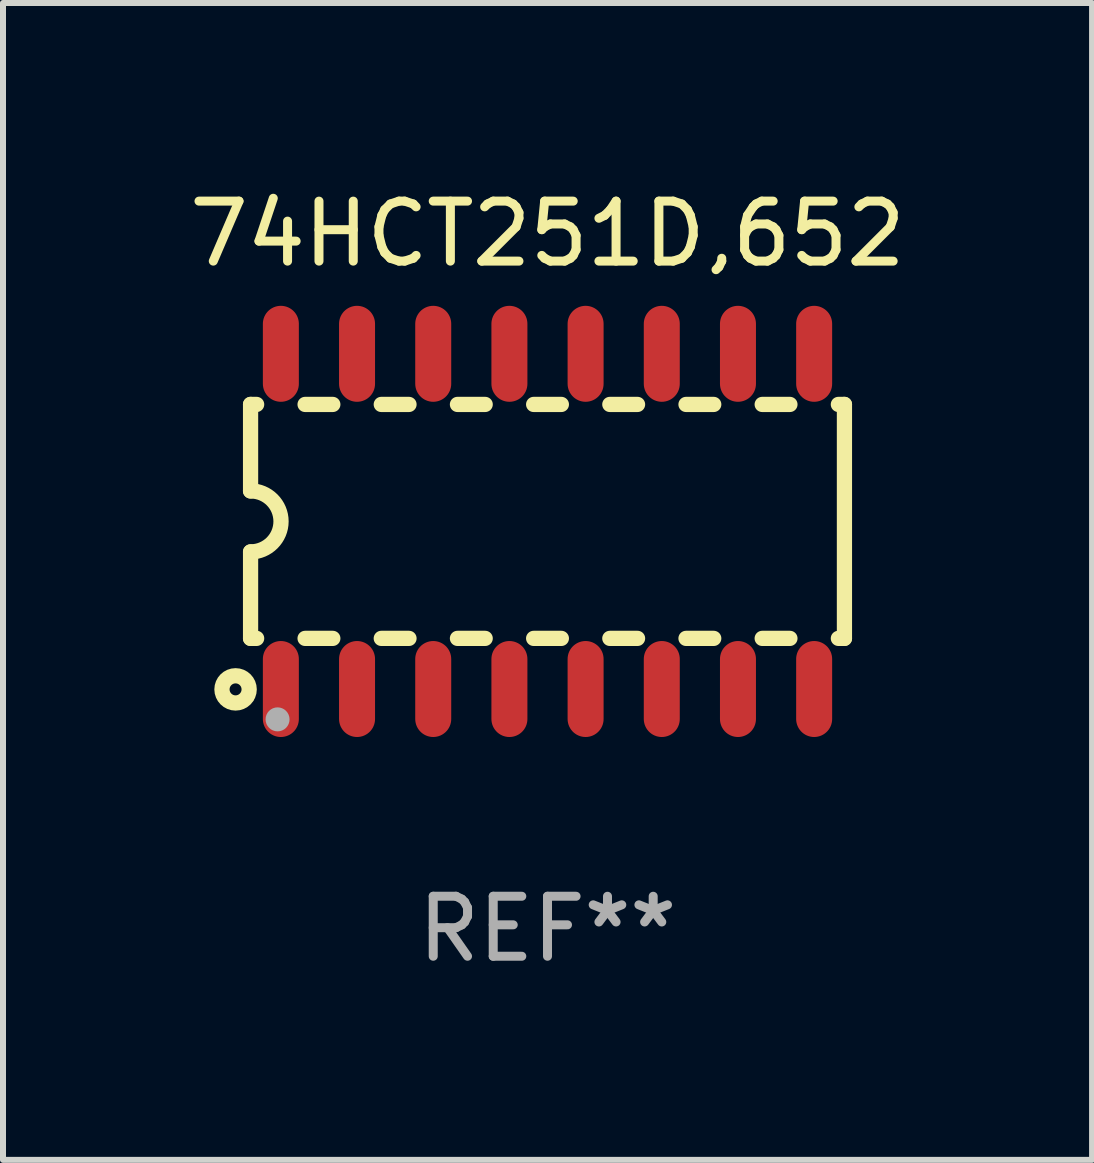
<source format=kicad_pcb>
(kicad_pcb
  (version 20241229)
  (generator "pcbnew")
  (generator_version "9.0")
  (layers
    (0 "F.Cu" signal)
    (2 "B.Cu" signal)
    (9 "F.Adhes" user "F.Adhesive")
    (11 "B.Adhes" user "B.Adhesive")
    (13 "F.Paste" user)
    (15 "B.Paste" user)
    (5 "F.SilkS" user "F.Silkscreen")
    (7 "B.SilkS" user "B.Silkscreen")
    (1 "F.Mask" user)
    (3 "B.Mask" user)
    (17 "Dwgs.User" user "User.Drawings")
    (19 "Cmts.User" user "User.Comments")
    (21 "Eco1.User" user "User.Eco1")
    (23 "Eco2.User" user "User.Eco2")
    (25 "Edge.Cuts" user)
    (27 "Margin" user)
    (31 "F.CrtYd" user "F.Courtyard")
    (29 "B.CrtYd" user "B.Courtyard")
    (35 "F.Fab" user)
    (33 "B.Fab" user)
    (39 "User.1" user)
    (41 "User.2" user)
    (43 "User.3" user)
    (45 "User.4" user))
  (footprint "74HCT251D,652"
    (layer "F.Cu")
    (at 6.077 5.642)
    (property "Reference" "74HCT251D,652" (at 0 -4.794 0) (layer "F.SilkS") (effects (font (size 1 1) (thickness 0.15))))
    (attr through_hole)
    (fp_line (start -4.95 -1.95) (end -4.95 -0.508) (stroke (width 0.254) (type solid)) (layer "F.SilkS"))
    (fp_line (start -4.95 -1.95) (end -4.849 -1.95) (stroke (width 0.254) (type solid)) (layer "F.SilkS"))
    (fp_line (start -4.95 1.95) (end -4.95 0.508) (stroke (width 0.254) (type solid)) (layer "F.SilkS"))
    (fp_line (start -4.95 1.95) (end -4.849 1.95) (stroke (width 0.254) (type solid)) (layer "F.SilkS"))
    (fp_line (start -4.041 -1.95) (end -3.579 -1.95) (stroke (width 0.254) (type solid)) (layer "F.SilkS"))
    (fp_line (start -4.041 1.95) (end -3.579 1.95) (stroke (width 0.254) (type solid)) (layer "F.SilkS"))
    (fp_line (start -2.771 -1.95) (end -2.309 -1.95) (stroke (width 0.254) (type solid)) (layer "F.SilkS"))
    (fp_line (start -2.771 1.95) (end -2.309 1.95) (stroke (width 0.254) (type solid)) (layer "F.SilkS"))
    (fp_line (start -1.501 -1.95) (end -1.039 -1.95) (stroke (width 0.254) (type solid)) (layer "F.SilkS"))
    (fp_line (start -1.501 1.95) (end -1.039 1.95) (stroke (width 0.254) (type solid)) (layer "F.SilkS"))
    (fp_line (start -0.231 -1.95) (end 0.231 -1.95) (stroke (width 0.254) (type solid)) (layer "F.SilkS"))
    (fp_line (start -0.231 1.95) (end 0.231 1.95) (stroke (width 0.254) (type solid)) (layer "F.SilkS"))
    (fp_line (start 1.039 -1.95) (end 1.501 -1.95) (stroke (width 0.254) (type solid)) (layer "F.SilkS"))
    (fp_line (start 1.039 1.95) (end 1.501 1.95) (stroke (width 0.254) (type solid)) (layer "F.SilkS"))
    (fp_line (start 2.309 -1.95) (end 2.771 -1.95) (stroke (width 0.254) (type solid)) (layer "F.SilkS"))
    (fp_line (start 2.309 1.95) (end 2.771 1.95) (stroke (width 0.254) (type solid)) (layer "F.SilkS"))
    (fp_line (start 3.579 -1.95) (end 4.041 -1.95) (stroke (width 0.254) (type solid)) (layer "F.SilkS"))
    (fp_line (start 3.579 1.95) (end 4.041 1.95) (stroke (width 0.254) (type solid)) (layer "F.SilkS"))
    (fp_line (start 4.849 -1.95) (end 4.95 -1.95) (stroke (width 0.254) (type solid)) (layer "F.SilkS"))
    (fp_line (start 4.849 1.95) (end 4.95 1.95) (stroke (width 0.254) (type solid)) (layer "F.SilkS"))
    (fp_line (start 4.95 -1.95) (end 4.95 1.95) (stroke (width 0.254) (type solid)) (layer "F.SilkS"))
    (fp_arc (start -4.95047 -0.508001) (mid -4.442469 -0.000228) (end -4.950013 0.508001) (stroke (width 0.254001) (type solid)) (layer "F.SilkS"))
    (fp_circle (center -5.2 2.8) (end -5.1 2.8) (stroke (width 0.254) (type solid)) (fill no) (layer "F.SilkS"))
    (fp_circle (center -4.95 2.947) (end -4.92 2.947) (stroke (width 0.06) (type solid)) (fill no) (layer "F.SilkS"))
    (fp_circle (center -4.5 3.3) (end -4.4 3.3) (stroke (width 0.2) (type solid)) (fill no) (layer "F.Fab"))
    (fp_text user "REF**" (at 0 6.794 0) (layer "F.Fab") (effects (font (size 1 1) (thickness 0.15))))
    (pad "1" smd oval (at -4.445 2.794) (size 0.6 1.6) (layers "F.Cu" "F.Mask" "F.Paste"))
    (pad "2" smd oval (at -3.175 2.794) (size 0.6 1.6) (layers "F.Cu" "F.Mask" "F.Paste"))
    (pad "3" smd oval (at -1.905 2.794) (size 0.6 1.6) (layers "F.Cu" "F.Mask" "F.Paste"))
    (pad "4" smd oval (at -0.635 2.794) (size 0.6 1.6) (layers "F.Cu" "F.Mask" "F.Paste"))
    (pad "5" smd oval (at 0.635 2.794) (size 0.6 1.6) (layers "F.Cu" "F.Mask" "F.Paste"))
    (pad "6" smd oval (at 1.905 2.794) (size 0.6 1.6) (layers "F.Cu" "F.Mask" "F.Paste"))
    (pad "7" smd oval (at 3.175 2.794) (size 0.6 1.6) (layers "F.Cu" "F.Mask" "F.Paste"))
    (pad "8" smd oval (at 4.445 2.794) (size 0.6 1.6) (layers "F.Cu" "F.Mask" "F.Paste"))
    (pad "9" smd oval (at 4.445 -2.794) (size 0.6 1.6) (layers "F.Cu" "F.Mask" "F.Paste"))
    (pad "10" smd oval (at 3.175 -2.794) (size 0.6 1.6) (layers "F.Cu" "F.Mask" "F.Paste"))
    (pad "11" smd oval (at 1.905 -2.794) (size 0.6 1.6) (layers "F.Cu" "F.Mask" "F.Paste"))
    (pad "12" smd oval (at 0.635 -2.794) (size 0.6 1.6) (layers "F.Cu" "F.Mask" "F.Paste"))
    (pad "13" smd oval (at -0.635 -2.794) (size 0.6 1.6) (layers "F.Cu" "F.Mask" "F.Paste"))
    (pad "14" smd oval (at -1.905 -2.794) (size 0.6 1.6) (layers "F.Cu" "F.Mask" "F.Paste"))
    (pad "15" smd oval (at -3.175 -2.794) (size 0.6 1.6) (layers "F.Cu" "F.Mask" "F.Paste"))
    (pad "16" smd oval (at -4.445 -2.794) (size 0.6 1.6) (layers "F.Cu" "F.Mask" "F.Paste")))
  (gr_rect
    (start -3 -3)
    (end 15.155 16.285)
    (stroke (width 0.1) (type default))
    (fill no)
    (layer "Edge.Cuts")))
</source>
